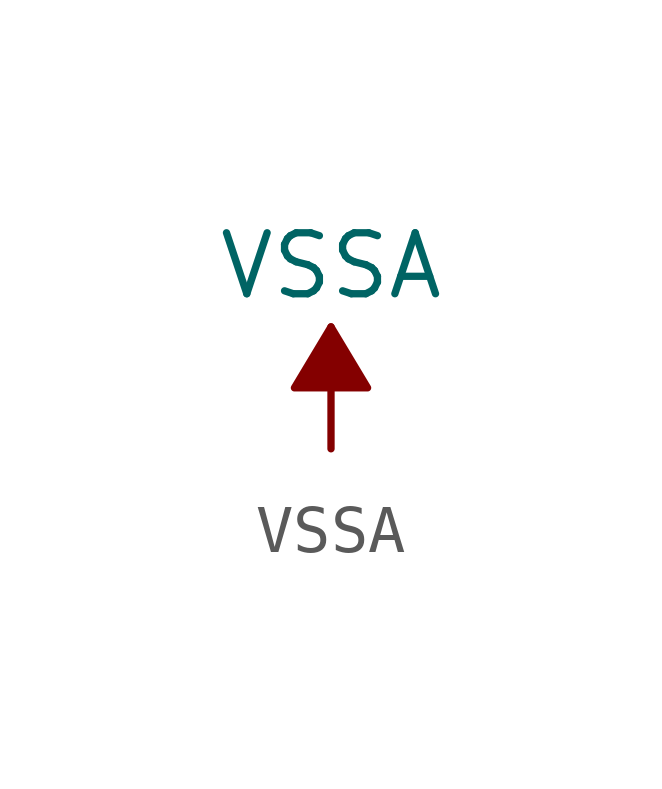
<source format=kicad_sym>
(kicad_symbol_lib
  (version 20211014)
  (generator kicad_symbol_editor)
  (symbol "power1:VSSA"
    (power)
    (pin_names
      (offset 0))
    (property "Reference" "#PWR"
      (at 0 -3.81 0)
      (effects (font (size 1.27 1.27)) hide))
    (property "Value" "VSSA"
      (at 0 3.81 0)
      (effects (font (size 1.27 1.27))))
    (symbol "VSSA_0_1"
      (polyline (pts (xy 0 0) (xy 0 2.54)) (stroke (width 0) (type default) (color 0 0 0 0)) (fill (type none)))
      (polyline (pts (xy 0.762 1.27) (xy -0.762 1.27) (xy 0 2.54) (xy 0.762 1.27)) (stroke (width 0) (type default) (color 0 0 0 0)) (fill (type outline))))
    (symbol "VSSA_1_1"
      (pin power_in line (at 0 0 90) (length 0) hide (name "VSSA" (effects (font (size 1.27 1.27)))) (number "1" (effects (font (size 1.27 1.27))))))))
</source>
